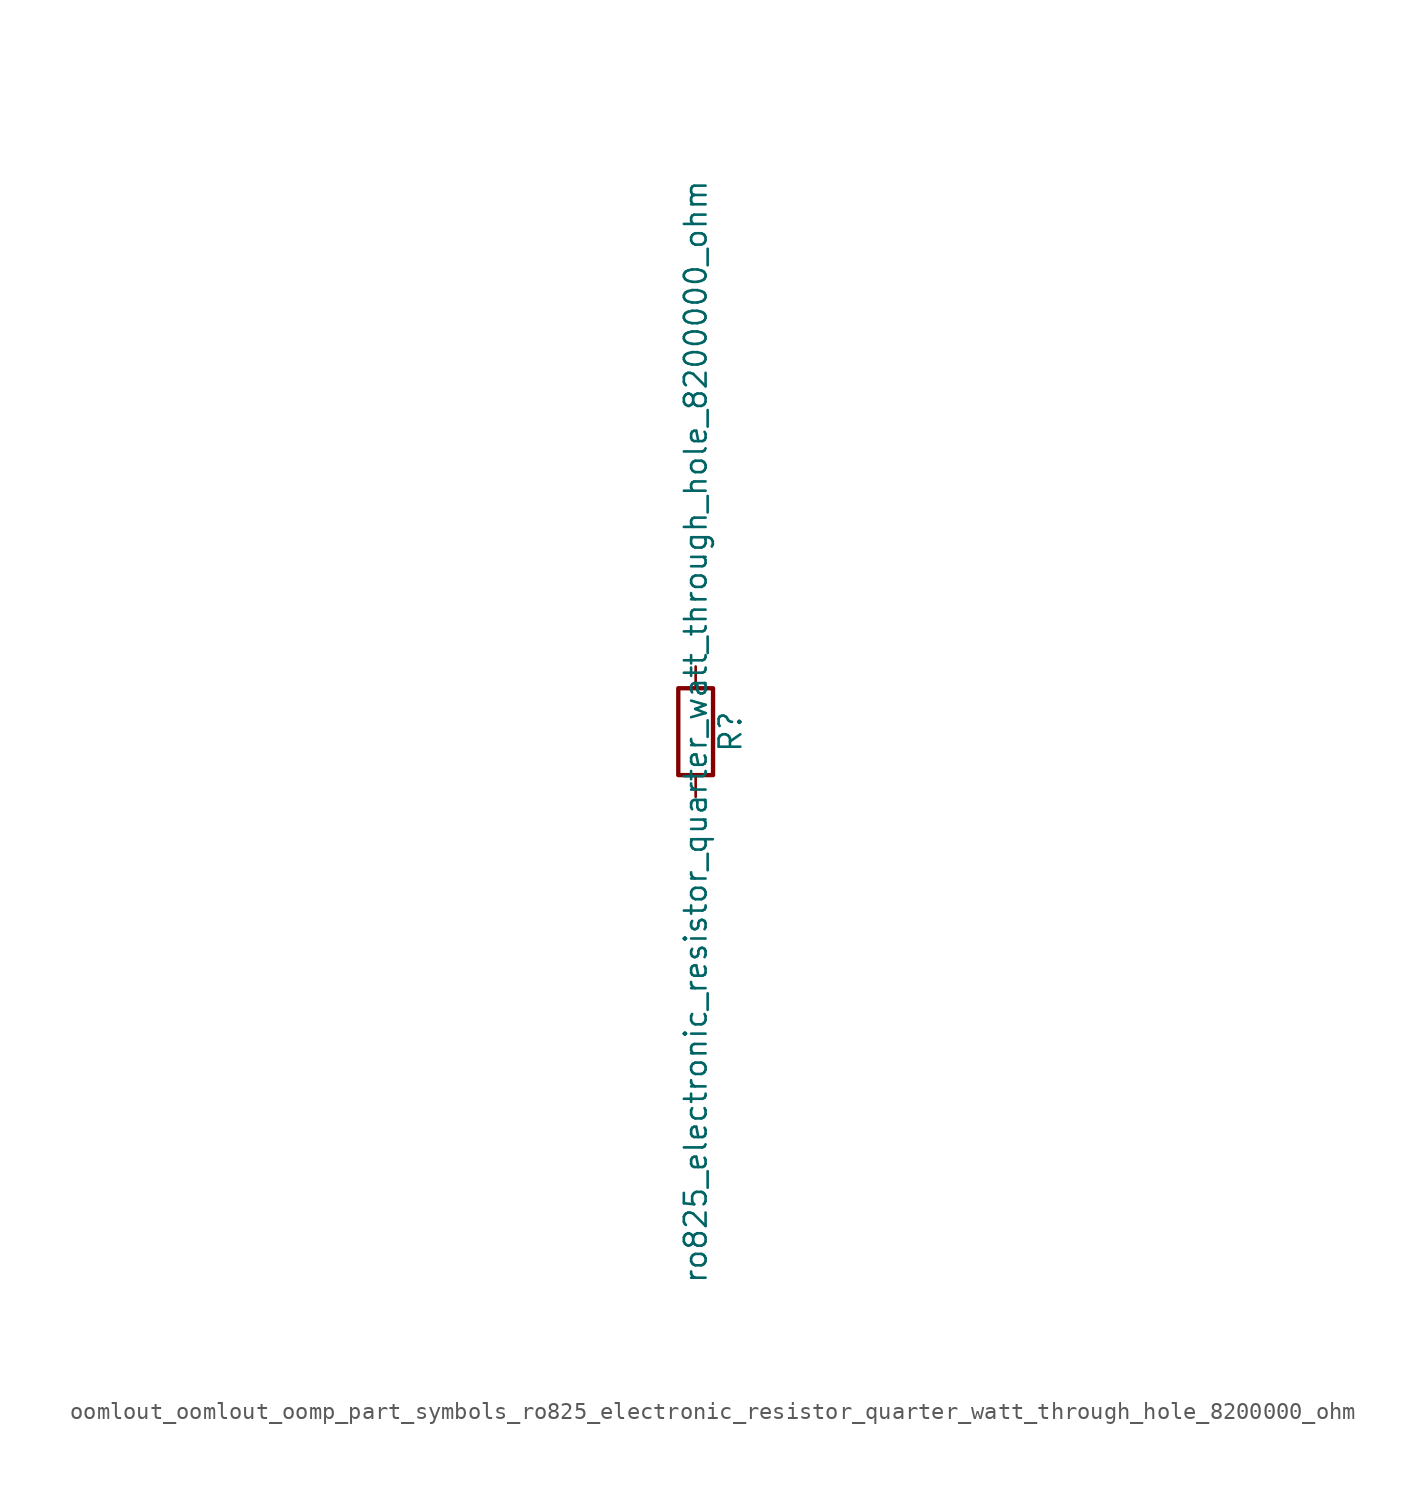
<source format=kicad_sym>
(kicad_symbol_lib
  (version 20220914)
  (generator kicad_symbol_editor)
  (symbol "oomlout_oomlout_oomp_part_symbols_ro825_electronic_resistor_quarter_watt_through_hole_8200000_ohm"
    (pin_numbers hide)
    (pin_names
      (offset 0))
    (property "Reference" "R"
      (at 2.032 0 90)
      (effects (font (size 1.27 1.27))))
    (property "Value" "ro825_electronic_resistor_quarter_watt_through_hole_8200000_ohm"
      (at 0 0 90)
      (effects (font (size 1.27 1.27))))
    (symbol "oomlout_oomlout_oomp_part_symbols_ro825_electronic_resistor_quarter_watt_through_hole_8200000_ohm_0_1"
      (rectangle (start -1.016 -2.54) (end 1.016 2.54) (stroke (width 0.254) (type default)) (fill (type none))))
    (symbol "oomlout_oomlout_oomp_part_symbols_ro825_electronic_resistor_quarter_watt_through_hole_8200000_ohm_1_1"
      (pin passive line (at 0 3.81 270) (length 1.27) (name "~" (effects (font (size 1.27 1.27)))) (number "1" (effects (font (size 1.27 1.27)))))
      (pin passive line (at 0 -3.81 90) (length 1.27) (name "~" (effects (font (size 1.27 1.27)))) (number "2" (effects (font (size 1.27 1.27))))))))
</source>
